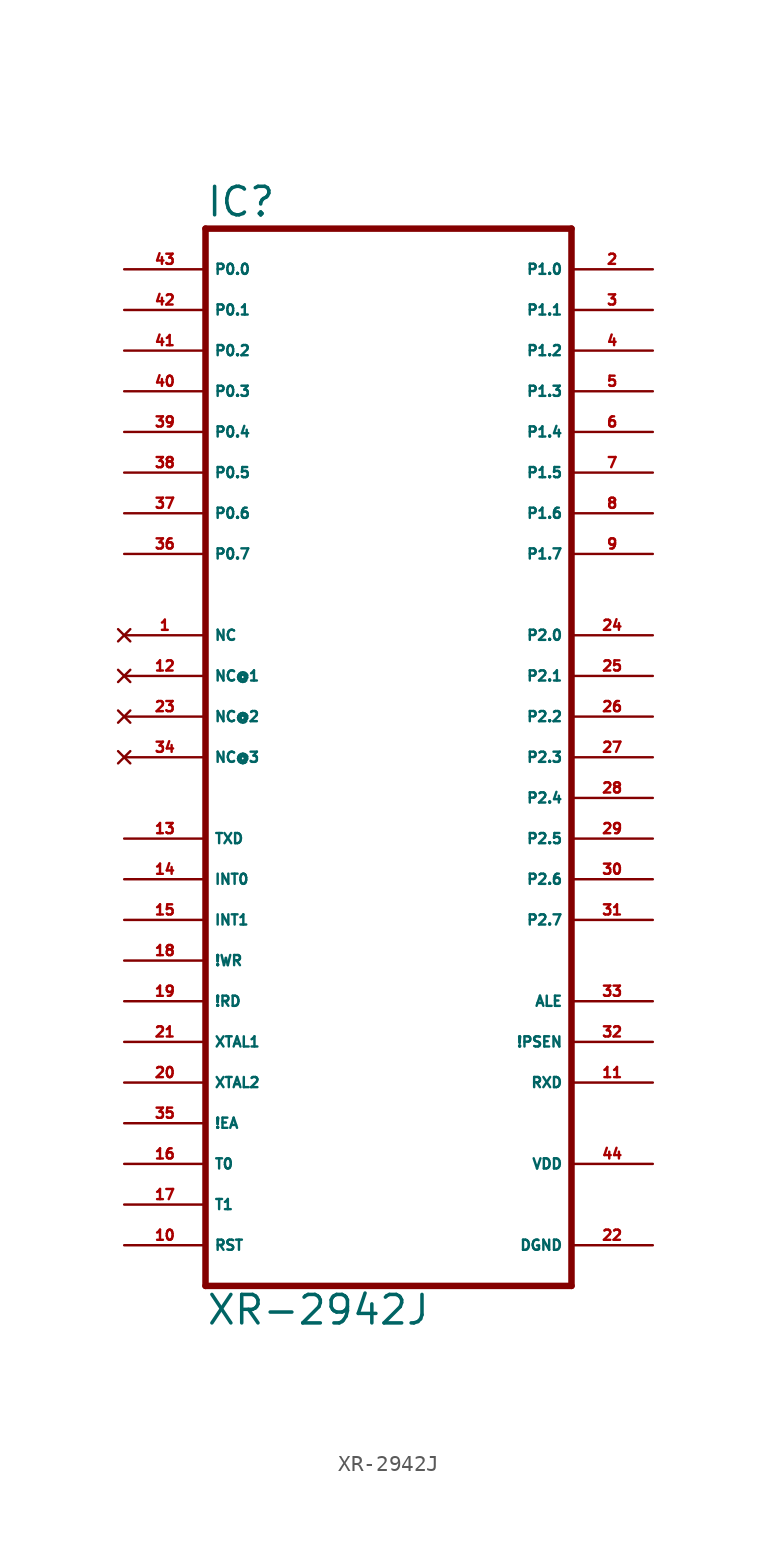
<source format=kicad_sym>
(kicad_symbol_lib
  (version 20220914)
  (generator Eagle2Kicad)
  (symbol "XR-2942J"
    (property "Reference" "IC"
      (at -12.7 31.115 0)
      (effects (font (size 1.778 1.778) (thickness 0.22)) (justify left bottom)))
    (property "Value" "XR-2942J"
      (at -12.7 -38.1 0)
      (effects (font (size 1.778 1.778) (thickness 0.22)) (justify left bottom)))
    (polyline
      (pts (xy -12.7 30.48) (xy 10.16 30.48))
      (stroke (width 0.406) (type default))
      (fill (type none)))
    (polyline
      (pts (xy 10.16 30.48) (xy 10.16 -35.56))
      (stroke (width 0.406) (type default))
      (fill (type none)))
    (polyline
      (pts (xy 10.16 -35.56) (xy -12.7 -35.56))
      (stroke (width 0.406) (type default))
      (fill (type none)))
    (polyline
      (pts (xy -12.7 -35.56) (xy -12.7 30.48))
      (stroke (width 0.406) (type default))
      (fill (type none)))
    (pin bidirectional line
      (at -17.78 27.94 0)
      (length 5.08)
      (name "P0.0" (effects (font (size 0.635 0.635) (thickness 0.08)) (justify left bottom)))
      (number "43" (effects (font (size 0.635 0.635) (thickness 0.08)) (justify left bottom))))
    (pin bidirectional line
      (at -17.78 25.4 0)
      (length 5.08)
      (name "P0.1" (effects (font (size 0.635 0.635) (thickness 0.08)) (justify left bottom)))
      (number "42" (effects (font (size 0.635 0.635) (thickness 0.08)) (justify left bottom))))
    (pin bidirectional line
      (at -17.78 22.86 0)
      (length 5.08)
      (name "P0.2" (effects (font (size 0.635 0.635) (thickness 0.08)) (justify left bottom)))
      (number "41" (effects (font (size 0.635 0.635) (thickness 0.08)) (justify left bottom))))
    (pin bidirectional line
      (at -17.78 20.32 0)
      (length 5.08)
      (name "P0.3" (effects (font (size 0.635 0.635) (thickness 0.08)) (justify left bottom)))
      (number "40" (effects (font (size 0.635 0.635) (thickness 0.08)) (justify left bottom))))
    (pin bidirectional line
      (at -17.78 17.78 0)
      (length 5.08)
      (name "P0.4" (effects (font (size 0.635 0.635) (thickness 0.08)) (justify left bottom)))
      (number "39" (effects (font (size 0.635 0.635) (thickness 0.08)) (justify left bottom))))
    (pin bidirectional line
      (at -17.78 15.24 0)
      (length 5.08)
      (name "P0.5" (effects (font (size 0.635 0.635) (thickness 0.08)) (justify left bottom)))
      (number "38" (effects (font (size 0.635 0.635) (thickness 0.08)) (justify left bottom))))
    (pin bidirectional line
      (at -17.78 12.7 0)
      (length 5.08)
      (name "P0.6" (effects (font (size 0.635 0.635) (thickness 0.08)) (justify left bottom)))
      (number "37" (effects (font (size 0.635 0.635) (thickness 0.08)) (justify left bottom))))
    (pin bidirectional line
      (at -17.78 10.16 0)
      (length 5.08)
      (name "P0.7" (effects (font (size 0.635 0.635) (thickness 0.08)) (justify left bottom)))
      (number "36" (effects (font (size 0.635 0.635) (thickness 0.08)) (justify left bottom))))
    (pin bidirectional line
      (at 15.24 25.4 180)
      (length 5.08)
      (name "P1.1" (effects (font (size 0.635 0.635) (thickness 0.08)) (justify left bottom)))
      (number "3" (effects (font (size 0.635 0.635) (thickness 0.08)) (justify left bottom))))
    (pin bidirectional line
      (at 15.24 22.86 180)
      (length 5.08)
      (name "P1.2" (effects (font (size 0.635 0.635) (thickness 0.08)) (justify left bottom)))
      (number "4" (effects (font (size 0.635 0.635) (thickness 0.08)) (justify left bottom))))
    (pin bidirectional line
      (at 15.24 20.32 180)
      (length 5.08)
      (name "P1.3" (effects (font (size 0.635 0.635) (thickness 0.08)) (justify left bottom)))
      (number "5" (effects (font (size 0.635 0.635) (thickness 0.08)) (justify left bottom))))
    (pin bidirectional line
      (at 15.24 17.78 180)
      (length 5.08)
      (name "P1.4" (effects (font (size 0.635 0.635) (thickness 0.08)) (justify left bottom)))
      (number "6" (effects (font (size 0.635 0.635) (thickness 0.08)) (justify left bottom))))
    (pin bidirectional line
      (at 15.24 15.24 180)
      (length 5.08)
      (name "P1.5" (effects (font (size 0.635 0.635) (thickness 0.08)) (justify left bottom)))
      (number "7" (effects (font (size 0.635 0.635) (thickness 0.08)) (justify left bottom))))
    (pin bidirectional line
      (at 15.24 12.7 180)
      (length 5.08)
      (name "P1.6" (effects (font (size 0.635 0.635) (thickness 0.08)) (justify left bottom)))
      (number "8" (effects (font (size 0.635 0.635) (thickness 0.08)) (justify left bottom))))
    (pin bidirectional line
      (at 15.24 10.16 180)
      (length 5.08)
      (name "P1.7" (effects (font (size 0.635 0.635) (thickness 0.08)) (justify left bottom)))
      (number "9" (effects (font (size 0.635 0.635) (thickness 0.08)) (justify left bottom))))
    (pin bidirectional line
      (at 15.24 27.94 180)
      (length 5.08)
      (name "P1.0" (effects (font (size 0.635 0.635) (thickness 0.08)) (justify left bottom)))
      (number "2" (effects (font (size 0.635 0.635) (thickness 0.08)) (justify left bottom))))
    (pin input line
      (at -17.78 -7.62 0)
      (length 5.08)
      (name "TXD" (effects (font (size 0.635 0.635) (thickness 0.08)) (justify left bottom)))
      (number "13" (effects (font (size 0.635 0.635) (thickness 0.08)) (justify left bottom))))
    (pin input line
      (at -17.78 -10.16 0)
      (length 5.08)
      (name "INT0" (effects (font (size 0.635 0.635) (thickness 0.08)) (justify left bottom)))
      (number "14" (effects (font (size 0.635 0.635) (thickness 0.08)) (justify left bottom))))
    (pin input line
      (at -17.78 -12.7 0)
      (length 5.08)
      (name "INT1" (effects (font (size 0.635 0.635) (thickness 0.08)) (justify left bottom)))
      (number "15" (effects (font (size 0.635 0.635) (thickness 0.08)) (justify left bottom))))
    (pin input line
      (at -17.78 -15.24 0)
      (length 5.08)
      (name "!WR" (effects (font (size 0.635 0.635) (thickness 0.08)) (justify left bottom)))
      (number "18" (effects (font (size 0.635 0.635) (thickness 0.08)) (justify left bottom))))
    (pin input line
      (at -17.78 -17.78 0)
      (length 5.08)
      (name "!RD" (effects (font (size 0.635 0.635) (thickness 0.08)) (justify left bottom)))
      (number "19" (effects (font (size 0.635 0.635) (thickness 0.08)) (justify left bottom))))
    (pin input line
      (at -17.78 -20.32 0)
      (length 5.08)
      (name "XTAL1" (effects (font (size 0.635 0.635) (thickness 0.08)) (justify left bottom)))
      (number "21" (effects (font (size 0.635 0.635) (thickness 0.08)) (justify left bottom))))
    (pin input line
      (at -17.78 -22.86 0)
      (length 5.08)
      (name "XTAL2" (effects (font (size 0.635 0.635) (thickness 0.08)) (justify left bottom)))
      (number "20" (effects (font (size 0.635 0.635) (thickness 0.08)) (justify left bottom))))
    (pin output line
      (at 15.24 -20.32 180)
      (length 5.08)
      (name "!PSEN" (effects (font (size 0.635 0.635) (thickness 0.08)) (justify left bottom)))
      (number "32" (effects (font (size 0.635 0.635) (thickness 0.08)) (justify left bottom))))
    (pin output line
      (at 15.24 -17.78 180)
      (length 5.08)
      (name "ALE" (effects (font (size 0.635 0.635) (thickness 0.08)) (justify left bottom)))
      (number "33" (effects (font (size 0.635 0.635) (thickness 0.08)) (justify left bottom))))
    (pin input line
      (at -17.78 -25.4 0)
      (length 5.08)
      (name "!EA" (effects (font (size 0.635 0.635) (thickness 0.08)) (justify left bottom)))
      (number "35" (effects (font (size 0.635 0.635) (thickness 0.08)) (justify left bottom))))
    (pin bidirectional line
      (at 15.24 5.08 180)
      (length 5.08)
      (name "P2.0" (effects (font (size 0.635 0.635) (thickness 0.08)) (justify left bottom)))
      (number "24" (effects (font (size 0.635 0.635) (thickness 0.08)) (justify left bottom))))
    (pin bidirectional line
      (at 15.24 2.54 180)
      (length 5.08)
      (name "P2.1" (effects (font (size 0.635 0.635) (thickness 0.08)) (justify left bottom)))
      (number "25" (effects (font (size 0.635 0.635) (thickness 0.08)) (justify left bottom))))
    (pin bidirectional line
      (at 15.24 0 180)
      (length 5.08)
      (name "P2.2" (effects (font (size 0.635 0.635) (thickness 0.08)) (justify left bottom)))
      (number "26" (effects (font (size 0.635 0.635) (thickness 0.08)) (justify left bottom))))
    (pin bidirectional line
      (at 15.24 -2.54 180)
      (length 5.08)
      (name "P2.3" (effects (font (size 0.635 0.635) (thickness 0.08)) (justify left bottom)))
      (number "27" (effects (font (size 0.635 0.635) (thickness 0.08)) (justify left bottom))))
    (pin bidirectional line
      (at 15.24 -5.08 180)
      (length 5.08)
      (name "P2.4" (effects (font (size 0.635 0.635) (thickness 0.08)) (justify left bottom)))
      (number "28" (effects (font (size 0.635 0.635) (thickness 0.08)) (justify left bottom))))
    (pin bidirectional line
      (at 15.24 -7.62 180)
      (length 5.08)
      (name "P2.5" (effects (font (size 0.635 0.635) (thickness 0.08)) (justify left bottom)))
      (number "29" (effects (font (size 0.635 0.635) (thickness 0.08)) (justify left bottom))))
    (pin bidirectional line
      (at 15.24 -10.16 180)
      (length 5.08)
      (name "P2.6" (effects (font (size 0.635 0.635) (thickness 0.08)) (justify left bottom)))
      (number "30" (effects (font (size 0.635 0.635) (thickness 0.08)) (justify left bottom))))
    (pin bidirectional line
      (at 15.24 -12.7 180)
      (length 5.08)
      (name "P2.7" (effects (font (size 0.635 0.635) (thickness 0.08)) (justify left bottom)))
      (number "31" (effects (font (size 0.635 0.635) (thickness 0.08)) (justify left bottom))))
    (pin input line
      (at -17.78 -27.94 0)
      (length 5.08)
      (name "T0" (effects (font (size 0.635 0.635) (thickness 0.08)) (justify left bottom)))
      (number "16" (effects (font (size 0.635 0.635) (thickness 0.08)) (justify left bottom))))
    (pin input line
      (at -17.78 -30.48 0)
      (length 5.08)
      (name "T1" (effects (font (size 0.635 0.635) (thickness 0.08)) (justify left bottom)))
      (number "17" (effects (font (size 0.635 0.635) (thickness 0.08)) (justify left bottom))))
    (pin unspecified line
      (at 15.24 -27.94 180)
      (length 5.08)
      (name "VDD" (effects (font (size 0.635 0.635) (thickness 0.08)) (justify left bottom)))
      (number "44" (effects (font (size 0.635 0.635) (thickness 0.08)) (justify left bottom))))
    (pin unspecified line
      (at 15.24 -33.02 180)
      (length 5.08)
      (name "DGND" (effects (font (size 0.635 0.635) (thickness 0.08)) (justify left bottom)))
      (number "22" (effects (font (size 0.635 0.635) (thickness 0.08)) (justify left bottom))))
    (pin input line
      (at -17.78 -33.02 0)
      (length 5.08)
      (name "RST" (effects (font (size 0.635 0.635) (thickness 0.08)) (justify left bottom)))
      (number "10" (effects (font (size 0.635 0.635) (thickness 0.08)) (justify left bottom))))
    (pin output line
      (at 15.24 -22.86 180)
      (length 5.08)
      (name "RXD" (effects (font (size 0.635 0.635) (thickness 0.08)) (justify left bottom)))
      (number "11" (effects (font (size 0.635 0.635) (thickness 0.08)) (justify left bottom))))
    (pin no_connect line
      (at -17.78 5.08 0)
      (length 5.08)
      (name "NC" (effects (font (size 0.635 0.635) (thickness 0.08)) (justify left bottom) hide))
      (number "1" (effects (font (size 0.635 0.635) (thickness 0.08)) (justify left bottom) hide)))
    (pin no_connect line
      (at -17.78 2.54 0)
      (length 5.08)
      (name "NC@1" (effects (font (size 0.635 0.635) (thickness 0.08)) (justify left bottom) hide))
      (number "12" (effects (font (size 0.635 0.635) (thickness 0.08)) (justify left bottom) hide)))
    (pin no_connect line
      (at -17.78 0 0)
      (length 5.08)
      (name "NC@2" (effects (font (size 0.635 0.635) (thickness 0.08)) (justify left bottom) hide))
      (number "23" (effects (font (size 0.635 0.635) (thickness 0.08)) (justify left bottom) hide)))
    (pin no_connect line
      (at -17.78 -2.54 0)
      (length 5.08)
      (name "NC@3" (effects (font (size 0.635 0.635) (thickness 0.08)) (justify left bottom) hide))
      (number "34" (effects (font (size 0.635 0.635) (thickness 0.08)) (justify left bottom) hide)))))
</source>
